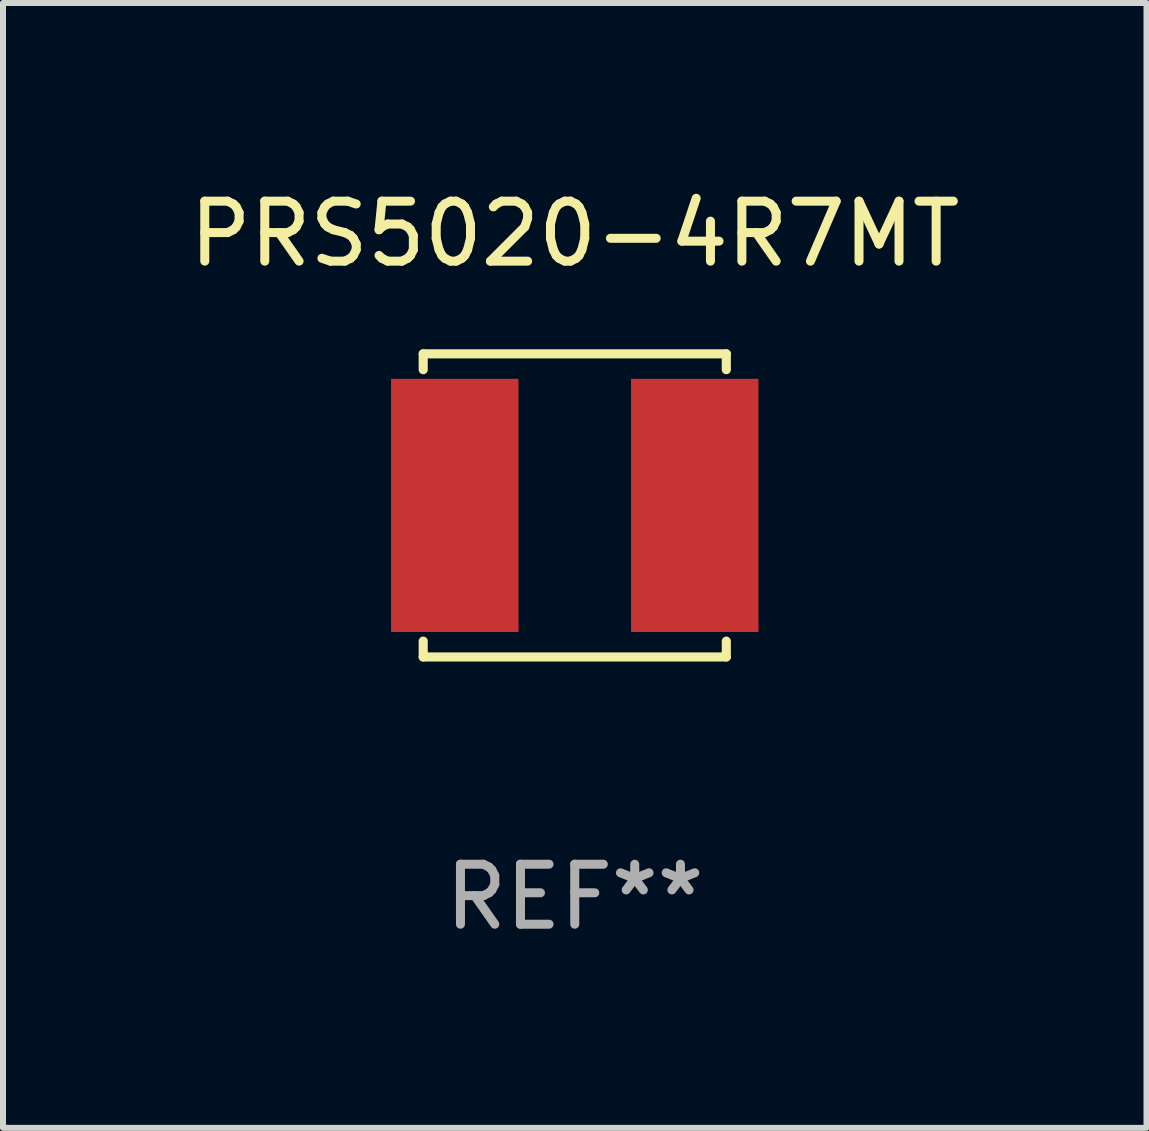
<source format=kicad_pcb>
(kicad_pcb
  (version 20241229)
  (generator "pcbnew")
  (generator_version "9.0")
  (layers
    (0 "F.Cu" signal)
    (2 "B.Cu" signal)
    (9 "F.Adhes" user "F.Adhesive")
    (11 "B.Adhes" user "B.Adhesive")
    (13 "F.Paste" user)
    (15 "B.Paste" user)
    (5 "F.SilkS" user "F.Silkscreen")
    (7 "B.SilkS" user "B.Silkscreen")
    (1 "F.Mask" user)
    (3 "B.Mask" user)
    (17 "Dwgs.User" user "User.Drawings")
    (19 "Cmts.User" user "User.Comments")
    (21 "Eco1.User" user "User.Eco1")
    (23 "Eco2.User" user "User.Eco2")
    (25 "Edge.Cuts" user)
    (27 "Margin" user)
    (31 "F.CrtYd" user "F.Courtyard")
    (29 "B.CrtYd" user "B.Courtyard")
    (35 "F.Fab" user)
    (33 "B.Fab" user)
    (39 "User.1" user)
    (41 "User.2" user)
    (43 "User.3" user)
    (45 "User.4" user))
  (footprint "PRS5020-4R7MT"
    (layer "F.Cu")
    (at 6.53 5.374)
    (property "Reference" "PRS5020-4R7MT" (at 0 -4.526 0) (layer "F.SilkS") (effects (font (size 1 1) (thickness 0.15))))
    (attr through_hole)
    (fp_line (start -2.526 -2.526) (end 2.526 -2.526) (stroke (width 0.152) (type solid)) (layer "F.SilkS"))
    (fp_line (start -2.526 -2.262) (end -2.526 -2.526) (stroke (width 0.152) (type solid)) (layer "F.SilkS"))
    (fp_line (start -2.526 2.262) (end -2.526 2.526) (stroke (width 0.152) (type solid)) (layer "F.SilkS"))
    (fp_line (start -2.526 2.526) (end 2.526 2.526) (stroke (width 0.152) (type solid)) (layer "F.SilkS"))
    (fp_line (start 2.526 -2.526) (end 2.526 -2.262) (stroke (width 0.152) (type solid)) (layer "F.SilkS"))
    (fp_line (start 2.526 2.526) (end 2.526 2.262) (stroke (width 0.152) (type solid)) (layer "F.SilkS"))
    (fp_circle (center 2.5 -2.5) (end 2.53 -2.5) (stroke (width 0.06) (type solid)) (fill no) (layer "F.SilkS"))
    (fp_text user "REF**" (at 0 6.526 0) (layer "F.Fab") (effects (font (size 1 1) (thickness 0.15))))
    (pad "1" smd rect (at 2 0) (size 2.124 4.22) (layers "F.Cu" "F.Mask" "F.Paste"))
    (pad "2" smd rect (at -2 0) (size 2.124 4.22) (layers "F.Cu" "F.Mask" "F.Paste")))
  (gr_rect
    (start -3 -3)
    (end 16.06 15.749)
    (stroke (width 0.1) (type default))
    (fill no)
    (layer "Edge.Cuts")))
</source>
